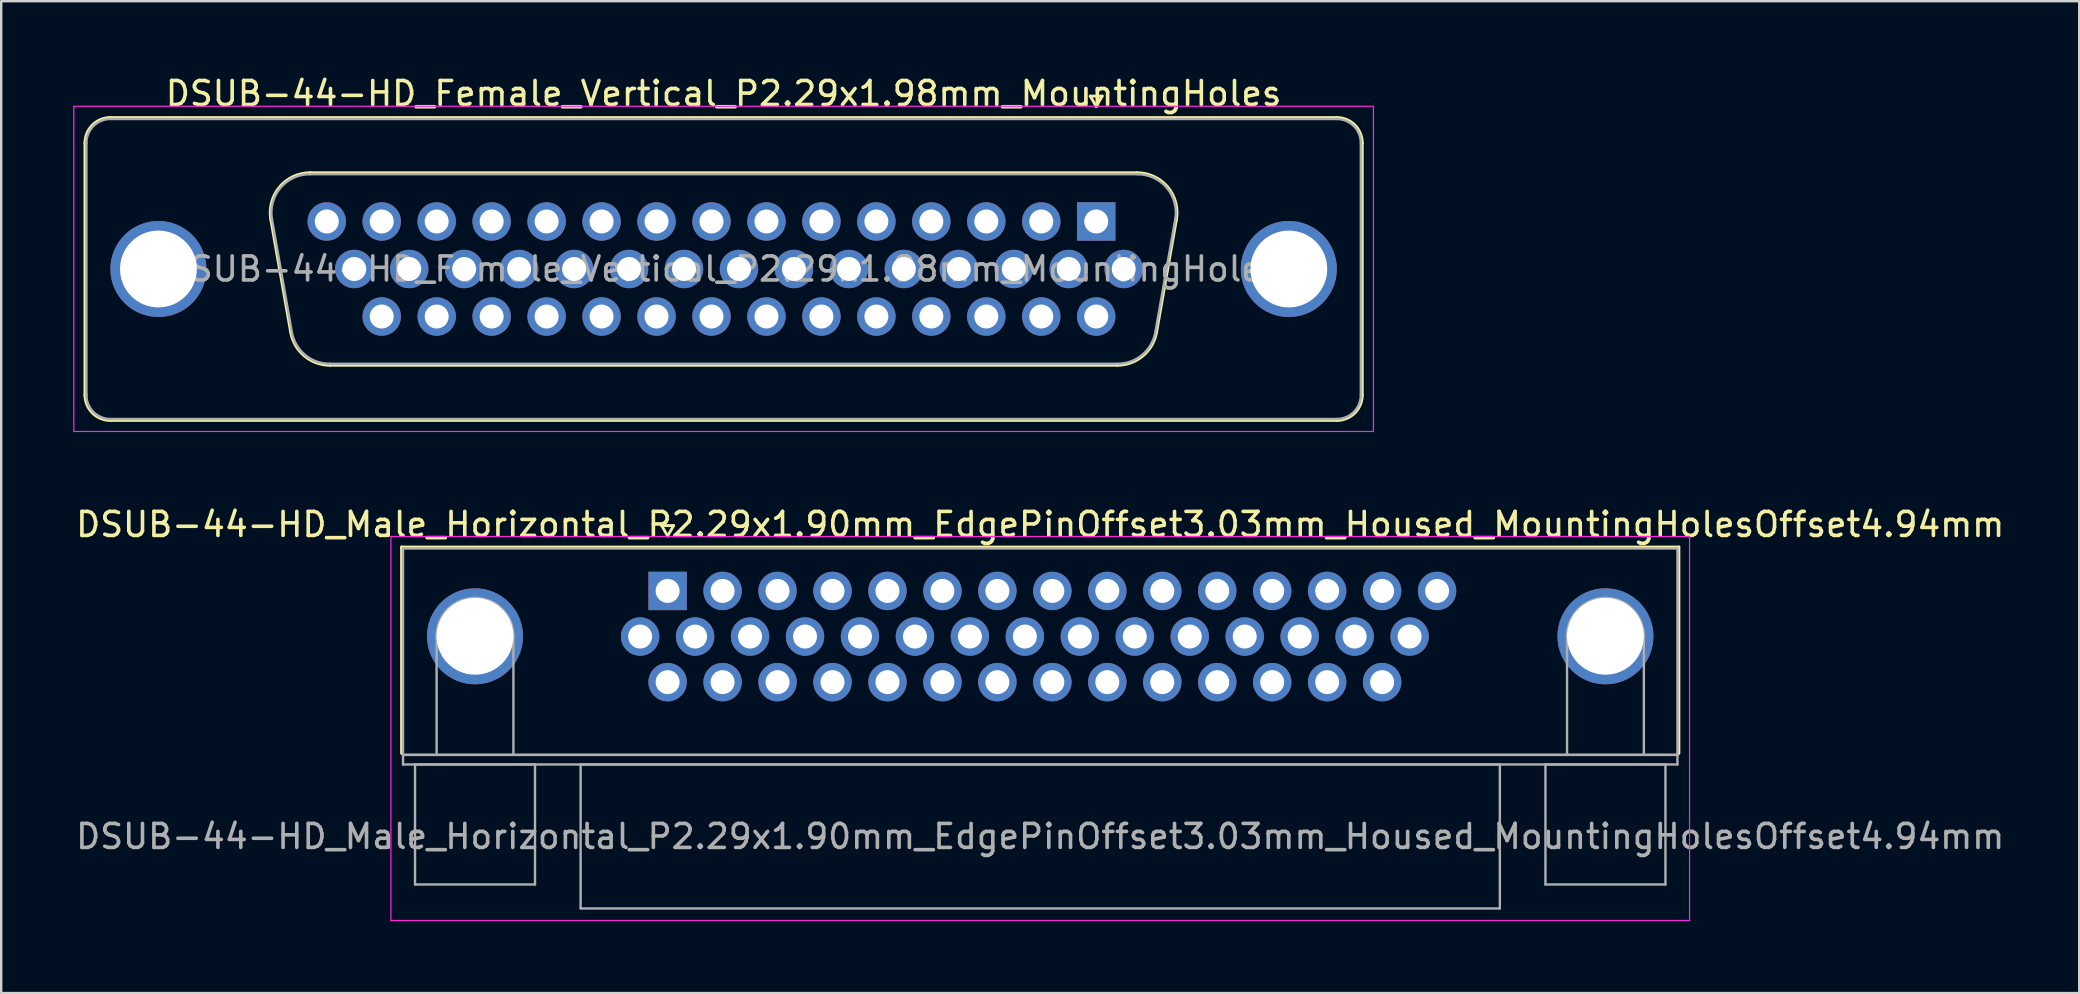
<source format=kicad_pcb>
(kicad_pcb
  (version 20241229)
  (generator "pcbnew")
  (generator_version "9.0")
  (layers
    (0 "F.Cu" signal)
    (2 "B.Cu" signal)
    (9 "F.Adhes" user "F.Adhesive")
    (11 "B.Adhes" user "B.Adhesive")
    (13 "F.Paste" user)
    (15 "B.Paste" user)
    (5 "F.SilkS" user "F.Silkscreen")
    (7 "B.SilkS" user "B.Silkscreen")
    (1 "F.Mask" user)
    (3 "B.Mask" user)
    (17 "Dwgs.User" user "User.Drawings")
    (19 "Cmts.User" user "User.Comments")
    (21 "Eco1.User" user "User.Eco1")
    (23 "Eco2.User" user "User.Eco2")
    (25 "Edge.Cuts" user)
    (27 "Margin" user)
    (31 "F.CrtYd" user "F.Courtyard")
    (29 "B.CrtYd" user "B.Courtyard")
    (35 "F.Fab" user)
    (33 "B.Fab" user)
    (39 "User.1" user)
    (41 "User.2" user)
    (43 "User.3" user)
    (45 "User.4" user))
  (footprint "DSUB-44-HD_Male_Horizontal_P2.29x1.90mm_EdgePinOffset3.03mm_Housed_MountingHolesOffset4.94mm"
    (layer "F.Cu")
    (at 24.767 21.572)
    (property "Reference" "DSUB-44-HD_Male_Horizontal_P2.29x1.90mm_EdgePinOffset3.03mm_Housed_MountingHolesOffset4.94mm" (at 15.525 -2.77 0) (layer "F.SilkS") (effects (font (size 1 1) (thickness 0.15))))
    (attr through_hole)
    (fp_line (start -11.085 -1.83) (end 42.135 -1.83) (stroke (width 0.12) (type solid)) (layer "F.SilkS"))
    (fp_line (start -11.085 6.77) (end -11.085 -1.83) (stroke (width 0.12) (type solid)) (layer "F.SilkS"))
    (fp_line (start -0.25 -2.724) (end 0.25 -2.724) (stroke (width 0.12) (type solid)) (layer "F.SilkS"))
    (fp_line (start 0 -2.291) (end -0.25 -2.724) (stroke (width 0.12) (type solid)) (layer "F.SilkS"))
    (fp_line (start 0.25 -2.724) (end 0 -2.291) (stroke (width 0.12) (type solid)) (layer "F.SilkS"))
    (fp_line (start 42.135 -1.83) (end 42.135 6.77) (stroke (width 0.12) (type solid)) (layer "F.SilkS"))
    (fp_line (start -11.53 -2.27) (end -11.53 13.73) (stroke (width 0.05) (type solid)) (layer "F.CrtYd"))
    (fp_line (start -11.53 13.73) (end 42.58 13.73) (stroke (width 0.05) (type solid)) (layer "F.CrtYd"))
    (fp_line (start 42.58 -2.27) (end -11.53 -2.27) (stroke (width 0.05) (type solid)) (layer "F.CrtYd"))
    (fp_line (start 42.58 13.73) (end 42.58 -2.27) (stroke (width 0.05) (type solid)) (layer "F.CrtYd"))
    (fp_line (start -11.025 -1.77) (end -11.025 6.83) (stroke (width 0.1) (type solid)) (layer "F.Fab"))
    (fp_line (start -11.025 6.83) (end -11.025 7.23) (stroke (width 0.1) (type solid)) (layer "F.Fab"))
    (fp_line (start -11.025 6.83) (end 42.075 6.83) (stroke (width 0.1) (type solid)) (layer "F.Fab"))
    (fp_line (start -11.025 7.23) (end 42.075 7.23) (stroke (width 0.1) (type solid)) (layer "F.Fab"))
    (fp_line (start -10.525 7.23) (end -10.525 12.23) (stroke (width 0.1) (type solid)) (layer "F.Fab"))
    (fp_line (start -10.525 12.23) (end -5.525 12.23) (stroke (width 0.1) (type solid)) (layer "F.Fab"))
    (fp_line (start -9.625 6.83) (end -9.625 1.89) (stroke (width 0.1) (type solid)) (layer "F.Fab"))
    (fp_line (start -6.425 6.83) (end -6.425 1.89) (stroke (width 0.1) (type solid)) (layer "F.Fab"))
    (fp_line (start -5.525 7.23) (end -10.525 7.23) (stroke (width 0.1) (type solid)) (layer "F.Fab"))
    (fp_line (start -5.525 12.23) (end -5.525 7.23) (stroke (width 0.1) (type solid)) (layer "F.Fab"))
    (fp_line (start -3.625 7.23) (end -3.625 13.23) (stroke (width 0.1) (type solid)) (layer "F.Fab"))
    (fp_line (start -3.625 13.23) (end 34.675 13.23) (stroke (width 0.1) (type solid)) (layer "F.Fab"))
    (fp_line (start 34.675 7.23) (end -3.625 7.23) (stroke (width 0.1) (type solid)) (layer "F.Fab"))
    (fp_line (start 34.675 13.23) (end 34.675 7.23) (stroke (width 0.1) (type solid)) (layer "F.Fab"))
    (fp_line (start 36.575 7.23) (end 36.575 12.23) (stroke (width 0.1) (type solid)) (layer "F.Fab"))
    (fp_line (start 36.575 12.23) (end 41.575 12.23) (stroke (width 0.1) (type solid)) (layer "F.Fab"))
    (fp_line (start 37.475 6.83) (end 37.475 1.89) (stroke (width 0.1) (type solid)) (layer "F.Fab"))
    (fp_line (start 40.675 6.83) (end 40.675 1.89) (stroke (width 0.1) (type solid)) (layer "F.Fab"))
    (fp_line (start 41.575 7.23) (end 36.575 7.23) (stroke (width 0.1) (type solid)) (layer "F.Fab"))
    (fp_line (start 41.575 12.23) (end 41.575 7.23) (stroke (width 0.1) (type solid)) (layer "F.Fab"))
    (fp_line (start 42.075 -1.77) (end -11.025 -1.77) (stroke (width 0.1) (type solid)) (layer "F.Fab"))
    (fp_line (start 42.075 6.83) (end -11.025 6.83) (stroke (width 0.1) (type solid)) (layer "F.Fab"))
    (fp_line (start 42.075 6.83) (end 42.075 -1.77) (stroke (width 0.1) (type solid)) (layer "F.Fab"))
    (fp_line (start 42.075 7.23) (end 42.075 6.83) (stroke (width 0.1) (type solid)) (layer "F.Fab"))
    (fp_arc (start -9.625 1.89) (mid -8.025 0.29) (end -6.425 1.89) (stroke (width 0.1) (type solid)) (layer "F.Fab"))
    (fp_arc (start 37.475 1.89) (mid 39.075 0.29) (end 40.675 1.89) (stroke (width 0.1) (type solid)) (layer "F.Fab"))
    (fp_text user "${REFERENCE}" (at 15.525 10.23 0) (layer "F.Fab") (effects (font (size 1 1) (thickness 0.15))))
    (pad "0" thru_hole circle (at -8.025 1.89) (size 4 4) (drill 3.2) (layers "*.Cu" "*.Mask"))
    (pad "0" thru_hole circle (at 39.075 1.89) (size 4 4) (drill 3.2) (layers "*.Cu" "*.Mask"))
    (pad "1" thru_hole rect (at 0 0) (size 1.6 1.6) (drill 1) (layers "*.Cu" "*.Mask"))
    (pad "2" thru_hole circle (at 2.29 0) (size 1.6 1.6) (drill 1) (layers "*.Cu" "*.Mask"))
    (pad "3" thru_hole circle (at 4.58 0) (size 1.6 1.6) (drill 1) (layers "*.Cu" "*.Mask"))
    (pad "4" thru_hole circle (at 6.87 0) (size 1.6 1.6) (drill 1) (layers "*.Cu" "*.Mask"))
    (pad "5" thru_hole circle (at 9.16 0) (size 1.6 1.6) (drill 1) (layers "*.Cu" "*.Mask"))
    (pad "6" thru_hole circle (at 11.45 0) (size 1.6 1.6) (drill 1) (layers "*.Cu" "*.Mask"))
    (pad "7" thru_hole circle (at 13.74 0) (size 1.6 1.6) (drill 1) (layers "*.Cu" "*.Mask"))
    (pad "8" thru_hole circle (at 16.03 0) (size 1.6 1.6) (drill 1) (layers "*.Cu" "*.Mask"))
    (pad "9" thru_hole circle (at 18.32 0) (size 1.6 1.6) (drill 1) (layers "*.Cu" "*.Mask"))
    (pad "10" thru_hole circle (at 20.61 0) (size 1.6 1.6) (drill 1) (layers "*.Cu" "*.Mask"))
    (pad "11" thru_hole circle (at 22.9 0) (size 1.6 1.6) (drill 1) (layers "*.Cu" "*.Mask"))
    (pad "12" thru_hole circle (at 25.19 0) (size 1.6 1.6) (drill 1) (layers "*.Cu" "*.Mask"))
    (pad "13" thru_hole circle (at 27.48 0) (size 1.6 1.6) (drill 1) (layers "*.Cu" "*.Mask"))
    (pad "14" thru_hole circle (at 29.77 0) (size 1.6 1.6) (drill 1) (layers "*.Cu" "*.Mask"))
    (pad "15" thru_hole circle (at 32.06 0) (size 1.6 1.6) (drill 1) (layers "*.Cu" "*.Mask"))
    (pad "16" thru_hole circle (at -1.145 1.9) (size 1.6 1.6) (drill 1) (layers "*.Cu" "*.Mask"))
    (pad "17" thru_hole circle (at 1.145 1.9) (size 1.6 1.6) (drill 1) (layers "*.Cu" "*.Mask"))
    (pad "18" thru_hole circle (at 3.435 1.9) (size 1.6 1.6) (drill 1) (layers "*.Cu" "*.Mask"))
    (pad "19" thru_hole circle (at 5.725 1.9) (size 1.6 1.6) (drill 1) (layers "*.Cu" "*.Mask"))
    (pad "20" thru_hole circle (at 8.015 1.9) (size 1.6 1.6) (drill 1) (layers "*.Cu" "*.Mask"))
    (pad "21" thru_hole circle (at 10.305 1.9) (size 1.6 1.6) (drill 1) (layers "*.Cu" "*.Mask"))
    (pad "22" thru_hole circle (at 12.595 1.9) (size 1.6 1.6) (drill 1) (layers "*.Cu" "*.Mask"))
    (pad "23" thru_hole circle (at 14.885 1.9) (size 1.6 1.6) (drill 1) (layers "*.Cu" "*.Mask"))
    (pad "24" thru_hole circle (at 17.175 1.9) (size 1.6 1.6) (drill 1) (layers "*.Cu" "*.Mask"))
    (pad "25" thru_hole circle (at 19.465 1.9) (size 1.6 1.6) (drill 1) (layers "*.Cu" "*.Mask"))
    (pad "26" thru_hole circle (at 21.755 1.9) (size 1.6 1.6) (drill 1) (layers "*.Cu" "*.Mask"))
    (pad "27" thru_hole circle (at 24.045 1.9) (size 1.6 1.6) (drill 1) (layers "*.Cu" "*.Mask"))
    (pad "28" thru_hole circle (at 26.335 1.9) (size 1.6 1.6) (drill 1) (layers "*.Cu" "*.Mask"))
    (pad "29" thru_hole circle (at 28.625 1.9) (size 1.6 1.6) (drill 1) (layers "*.Cu" "*.Mask"))
    (pad "30" thru_hole circle (at 30.915 1.9) (size 1.6 1.6) (drill 1) (layers "*.Cu" "*.Mask"))
    (pad "31" thru_hole circle (at 0 3.8) (size 1.6 1.6) (drill 1) (layers "*.Cu" "*.Mask"))
    (pad "32" thru_hole circle (at 2.29 3.8) (size 1.6 1.6) (drill 1) (layers "*.Cu" "*.Mask"))
    (pad "33" thru_hole circle (at 4.58 3.8) (size 1.6 1.6) (drill 1) (layers "*.Cu" "*.Mask"))
    (pad "34" thru_hole circle (at 6.87 3.8) (size 1.6 1.6) (drill 1) (layers "*.Cu" "*.Mask"))
    (pad "35" thru_hole circle (at 9.16 3.8) (size 1.6 1.6) (drill 1) (layers "*.Cu" "*.Mask"))
    (pad "36" thru_hole circle (at 11.45 3.8) (size 1.6 1.6) (drill 1) (layers "*.Cu" "*.Mask"))
    (pad "37" thru_hole circle (at 13.74 3.8) (size 1.6 1.6) (drill 1) (layers "*.Cu" "*.Mask"))
    (pad "38" thru_hole circle (at 16.03 3.8) (size 1.6 1.6) (drill 1) (layers "*.Cu" "*.Mask"))
    (pad "39" thru_hole circle (at 18.32 3.8) (size 1.6 1.6) (drill 1) (layers "*.Cu" "*.Mask"))
    (pad "40" thru_hole circle (at 20.61 3.8) (size 1.6 1.6) (drill 1) (layers "*.Cu" "*.Mask"))
    (pad "41" thru_hole circle (at 22.9 3.8) (size 1.6 1.6) (drill 1) (layers "*.Cu" "*.Mask"))
    (pad "42" thru_hole circle (at 25.19 3.8) (size 1.6 1.6) (drill 1) (layers "*.Cu" "*.Mask"))
    (pad "43" thru_hole circle (at 27.48 3.8) (size 1.6 1.6) (drill 1) (layers "*.Cu" "*.Mask"))
    (pad "44" thru_hole circle (at 29.77 3.8) (size 1.6 1.6) (drill 1) (layers "*.Cu" "*.Mask")))
  (footprint "DSUB-44-HD_Female_Vertical_P2.29x1.98mm_MountingHoles"
    (layer "F.Cu")
    (at 42.625 6.178)
    (property "Reference" "DSUB-44-HD_Female_Vertical_P2.29x1.98mm_MountingHoles" (at -15.525 -5.33 0) (layer "F.SilkS") (effects (font (size 1 1) (thickness 0.15))))
    (attr through_hole)
    (fp_line (start -42.135 7.23) (end -42.135 -3.27) (stroke (width 0.12) (type solid)) (layer "F.SilkS"))
    (fp_line (start -41.075 -4.33) (end 10.025 -4.33) (stroke (width 0.12) (type solid)) (layer "F.SilkS"))
    (fp_line (start -34.391 -0.082) (end -33.563 4.618) (stroke (width 0.12) (type solid)) (layer "F.SilkS"))
    (fp_line (start -32.757 -2.03) (end 1.707 -2.03) (stroke (width 0.12) (type solid)) (layer "F.SilkS"))
    (fp_line (start -31.928 5.99) (end 0.878 5.99) (stroke (width 0.12) (type solid)) (layer "F.SilkS"))
    (fp_line (start -0.25 -5.224) (end 0.25 -5.224) (stroke (width 0.12) (type solid)) (layer "F.SilkS"))
    (fp_line (start 0 -4.791) (end -0.25 -5.224) (stroke (width 0.12) (type solid)) (layer "F.SilkS"))
    (fp_line (start 0.25 -5.224) (end 0 -4.791) (stroke (width 0.12) (type solid)) (layer "F.SilkS"))
    (fp_line (start 3.341 -0.082) (end 2.513 4.618) (stroke (width 0.12) (type solid)) (layer "F.SilkS"))
    (fp_line (start 10.025 8.29) (end -41.075 8.29) (stroke (width 0.12) (type solid)) (layer "F.SilkS"))
    (fp_line (start 11.085 -3.27) (end 11.085 7.23) (stroke (width 0.12) (type solid)) (layer "F.SilkS"))
    (fp_arc (start -42.135 -3.27) (mid -41.824533 -4.019533) (end -41.075 -4.33) (stroke (width 0.12) (type solid)) (layer "F.SilkS"))
    (fp_arc (start -41.075 8.29) (mid -41.824533 7.979533) (end -42.135 7.23) (stroke (width 0.12) (type solid)) (layer "F.SilkS"))
    (fp_arc (start -34.39147 -0.081744) (mid -34.028323 -1.437028) (end -32.756689 -2.03) (stroke (width 0.12) (type solid)) (layer "F.SilkS"))
    (fp_arc (start -31.927952 5.99) (mid -32.994979 5.601634) (end -33.562733 4.618256) (stroke (width 0.12) (type solid)) (layer "F.SilkS"))
    (fp_arc (start 1.706689 -2.03) (mid 2.978323 -1.437027) (end 3.34147 -0.081744) (stroke (width 0.12) (type solid)) (layer "F.SilkS"))
    (fp_arc (start 2.512733 4.618256) (mid 1.94498 5.601634) (end 0.877952 5.99) (stroke (width 0.12) (type solid)) (layer "F.SilkS"))
    (fp_arc (start 10.025 -4.33) (mid 10.774533 -4.019533) (end 11.085 -3.27) (stroke (width 0.12) (type solid)) (layer "F.SilkS"))
    (fp_arc (start 11.085 7.23) (mid 10.774533 7.979533) (end 10.025 8.29) (stroke (width 0.12) (type solid)) (layer "F.SilkS"))
    (fp_line (start -42.6 -4.8) (end -42.6 8.75) (stroke (width 0.05) (type solid)) (layer "F.CrtYd"))
    (fp_line (start -42.6 8.75) (end 11.55 8.75) (stroke (width 0.05) (type solid)) (layer "F.CrtYd"))
    (fp_line (start 11.55 -4.8) (end -42.6 -4.8) (stroke (width 0.05) (type solid)) (layer "F.CrtYd"))
    (fp_line (start 11.55 8.75) (end 11.55 -4.8) (stroke (width 0.05) (type solid)) (layer "F.CrtYd"))
    (fp_line (start -42.075 7.23) (end -42.075 -3.27) (stroke (width 0.1) (type solid)) (layer "F.Fab"))
    (fp_line (start -41.075 -4.27) (end 10.025 -4.27) (stroke (width 0.1) (type solid)) (layer "F.Fab"))
    (fp_line (start -34.344 -0.092) (end -33.515 4.608) (stroke (width 0.1) (type solid)) (layer "F.Fab"))
    (fp_line (start -32.768 -1.97) (end 1.718 -1.97) (stroke (width 0.1) (type solid)) (layer "F.Fab"))
    (fp_line (start -31.939 5.93) (end 0.889 5.93) (stroke (width 0.1) (type solid)) (layer "F.Fab"))
    (fp_line (start 3.294 -0.092) (end 2.465 4.608) (stroke (width 0.1) (type solid)) (layer "F.Fab"))
    (fp_line (start 10.025 8.23) (end -41.075 8.23) (stroke (width 0.1) (type solid)) (layer "F.Fab"))
    (fp_line (start 11.025 -3.27) (end 11.025 7.23) (stroke (width 0.1) (type solid)) (layer "F.Fab"))
    (fp_arc (start -42.075 -3.27) (mid -41.782107 -3.977107) (end -41.075 -4.27) (stroke (width 0.1) (type solid)) (layer "F.Fab"))
    (fp_arc (start -41.075 8.23) (mid -41.782107 7.937107) (end -42.075 7.23) (stroke (width 0.1) (type solid)) (layer "F.Fab"))
    (fp_arc (start -34.343886 -0.092163) (mid -33.993865 -1.39846) (end -32.768194 -1.97) (stroke (width 0.1) (type solid)) (layer "F.Fab"))
    (fp_arc (start -31.939457 5.93) (mid -32.967917 5.555671) (end -33.515149 4.607837) (stroke (width 0.1) (type solid)) (layer "F.Fab"))
    (fp_arc (start 1.718194 -1.97) (mid 2.943865 -1.39846) (end 3.293886 -0.092163) (stroke (width 0.1) (type solid)) (layer "F.Fab"))
    (fp_arc (start 2.465149 4.607837) (mid 1.917917 5.555671) (end 0.889457 5.93) (stroke (width 0.1) (type solid)) (layer "F.Fab"))
    (fp_arc (start 10.025 -4.27) (mid 10.732107 -3.977107) (end 11.025 -3.27) (stroke (width 0.1) (type solid)) (layer "F.Fab"))
    (fp_arc (start 11.025 7.23) (mid 10.732107 7.937107) (end 10.025 8.23) (stroke (width 0.1) (type solid)) (layer "F.Fab"))
    (fp_text user "${REFERENCE}" (at -15.525 1.98 0) (layer "F.Fab") (effects (font (size 1 1) (thickness 0.15))))
    (pad "0" thru_hole circle (at -39.075 1.98) (size 4 4) (drill 3.2) (layers "*.Cu" "*.Mask"))
    (pad "0" thru_hole circle (at 8.025 1.98) (size 4 4) (drill 3.2) (layers "*.Cu" "*.Mask"))
    (pad "1" thru_hole rect (at 0 0) (size 1.6 1.6) (drill 1) (layers "*.Cu" "*.Mask"))
    (pad "2" thru_hole circle (at -2.29 0) (size 1.6 1.6) (drill 1) (layers "*.Cu" "*.Mask"))
    (pad "3" thru_hole circle (at -4.58 0) (size 1.6 1.6) (drill 1) (layers "*.Cu" "*.Mask"))
    (pad "4" thru_hole circle (at -6.87 0) (size 1.6 1.6) (drill 1) (layers "*.Cu" "*.Mask"))
    (pad "5" thru_hole circle (at -9.16 0) (size 1.6 1.6) (drill 1) (layers "*.Cu" "*.Mask"))
    (pad "6" thru_hole circle (at -11.45 0) (size 1.6 1.6) (drill 1) (layers "*.Cu" "*.Mask"))
    (pad "7" thru_hole circle (at -13.74 0) (size 1.6 1.6) (drill 1) (layers "*.Cu" "*.Mask"))
    (pad "8" thru_hole circle (at -16.03 0) (size 1.6 1.6) (drill 1) (layers "*.Cu" "*.Mask"))
    (pad "9" thru_hole circle (at -18.32 0) (size 1.6 1.6) (drill 1) (layers "*.Cu" "*.Mask"))
    (pad "10" thru_hole circle (at -20.61 0) (size 1.6 1.6) (drill 1) (layers "*.Cu" "*.Mask"))
    (pad "11" thru_hole circle (at -22.9 0) (size 1.6 1.6) (drill 1) (layers "*.Cu" "*.Mask"))
    (pad "12" thru_hole circle (at -25.19 0) (size 1.6 1.6) (drill 1) (layers "*.Cu" "*.Mask"))
    (pad "13" thru_hole circle (at -27.48 0) (size 1.6 1.6) (drill 1) (layers "*.Cu" "*.Mask"))
    (pad "14" thru_hole circle (at -29.77 0) (size 1.6 1.6) (drill 1) (layers "*.Cu" "*.Mask"))
    (pad "15" thru_hole circle (at -32.06 0) (size 1.6 1.6) (drill 1) (layers "*.Cu" "*.Mask"))
    (pad "16" thru_hole circle (at 1.145 1.98) (size 1.6 1.6) (drill 1) (layers "*.Cu" "*.Mask"))
    (pad "17" thru_hole circle (at -1.145 1.98) (size 1.6 1.6) (drill 1) (layers "*.Cu" "*.Mask"))
    (pad "18" thru_hole circle (at -3.435 1.98) (size 1.6 1.6) (drill 1) (layers "*.Cu" "*.Mask"))
    (pad "19" thru_hole circle (at -5.725 1.98) (size 1.6 1.6) (drill 1) (layers "*.Cu" "*.Mask"))
    (pad "20" thru_hole circle (at -8.015 1.98) (size 1.6 1.6) (drill 1) (layers "*.Cu" "*.Mask"))
    (pad "21" thru_hole circle (at -10.305 1.98) (size 1.6 1.6) (drill 1) (layers "*.Cu" "*.Mask"))
    (pad "22" thru_hole circle (at -12.595 1.98) (size 1.6 1.6) (drill 1) (layers "*.Cu" "*.Mask"))
    (pad "23" thru_hole circle (at -14.885 1.98) (size 1.6 1.6) (drill 1) (layers "*.Cu" "*.Mask"))
    (pad "24" thru_hole circle (at -17.175 1.98) (size 1.6 1.6) (drill 1) (layers "*.Cu" "*.Mask"))
    (pad "25" thru_hole circle (at -19.465 1.98) (size 1.6 1.6) (drill 1) (layers "*.Cu" "*.Mask"))
    (pad "26" thru_hole circle (at -21.755 1.98) (size 1.6 1.6) (drill 1) (layers "*.Cu" "*.Mask"))
    (pad "27" thru_hole circle (at -24.045 1.98) (size 1.6 1.6) (drill 1) (layers "*.Cu" "*.Mask"))
    (pad "28" thru_hole circle (at -26.335 1.98) (size 1.6 1.6) (drill 1) (layers "*.Cu" "*.Mask"))
    (pad "29" thru_hole circle (at -28.625 1.98) (size 1.6 1.6) (drill 1) (layers "*.Cu" "*.Mask"))
    (pad "30" thru_hole circle (at -30.915 1.98) (size 1.6 1.6) (drill 1) (layers "*.Cu" "*.Mask"))
    (pad "31" thru_hole circle (at 0 3.96) (size 1.6 1.6) (drill 1) (layers "*.Cu" "*.Mask"))
    (pad "32" thru_hole circle (at -2.29 3.96) (size 1.6 1.6) (drill 1) (layers "*.Cu" "*.Mask"))
    (pad "33" thru_hole circle (at -4.58 3.96) (size 1.6 1.6) (drill 1) (layers "*.Cu" "*.Mask"))
    (pad "34" thru_hole circle (at -6.87 3.96) (size 1.6 1.6) (drill 1) (layers "*.Cu" "*.Mask"))
    (pad "35" thru_hole circle (at -9.16 3.96) (size 1.6 1.6) (drill 1) (layers "*.Cu" "*.Mask"))
    (pad "36" thru_hole circle (at -11.45 3.96) (size 1.6 1.6) (drill 1) (layers "*.Cu" "*.Mask"))
    (pad "37" thru_hole circle (at -13.74 3.96) (size 1.6 1.6) (drill 1) (layers "*.Cu" "*.Mask"))
    (pad "38" thru_hole circle (at -16.03 3.96) (size 1.6 1.6) (drill 1) (layers "*.Cu" "*.Mask"))
    (pad "39" thru_hole circle (at -18.32 3.96) (size 1.6 1.6) (drill 1) (layers "*.Cu" "*.Mask"))
    (pad "40" thru_hole circle (at -20.61 3.96) (size 1.6 1.6) (drill 1) (layers "*.Cu" "*.Mask"))
    (pad "41" thru_hole circle (at -22.9 3.96) (size 1.6 1.6) (drill 1) (layers "*.Cu" "*.Mask"))
    (pad "42" thru_hole circle (at -25.19 3.96) (size 1.6 1.6) (drill 1) (layers "*.Cu" "*.Mask"))
    (pad "43" thru_hole circle (at -27.48 3.96) (size 1.6 1.6) (drill 1) (layers "*.Cu" "*.Mask"))
    (pad "44" thru_hole circle (at -29.77 3.96) (size 1.6 1.6) (drill 1) (layers "*.Cu" "*.Mask")))
  (gr_rect
    (start -3 -3)
    (end 83.583 38.327)
    (stroke (width 0.1) (type default))
    (fill no)
    (layer "Edge.Cuts")))
</source>
